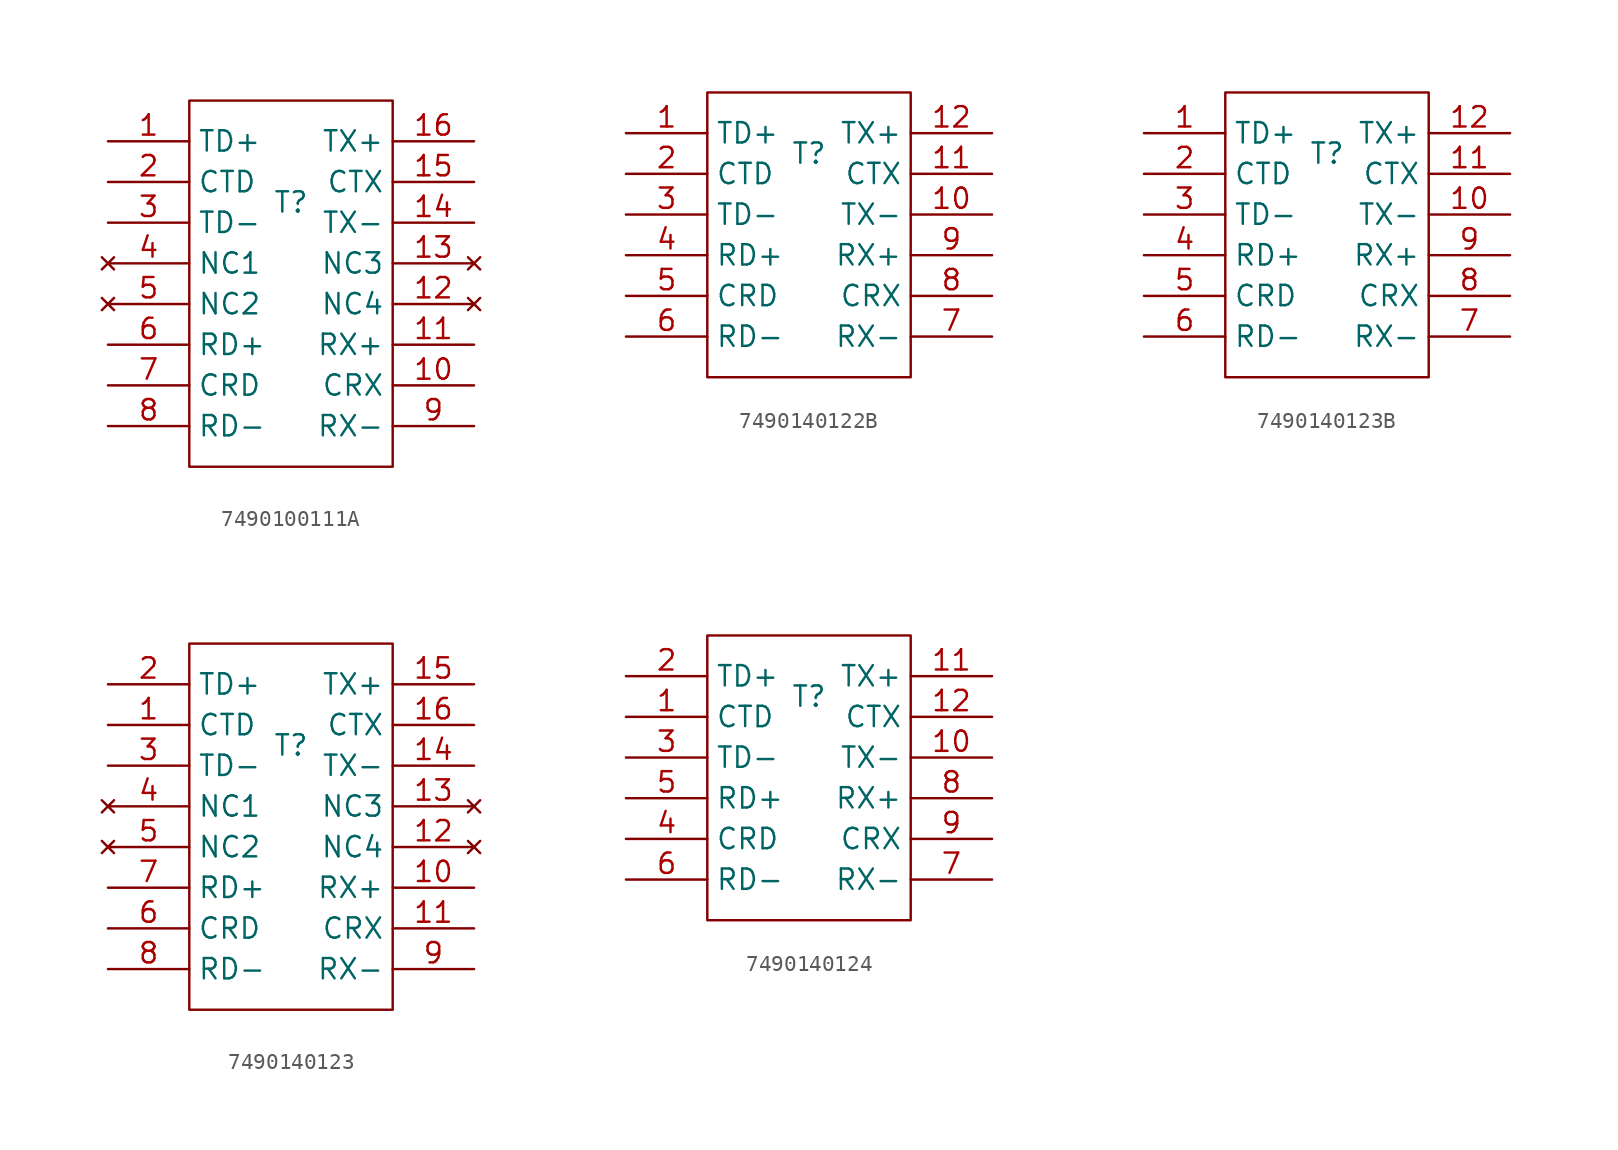
<source format=kicad_sym>
(kicad_symbol_lib
  (version 20220914)
  (generator kicad_symbol_editor)
  (symbol "7490100111A"
    (property "Reference" "T"
      (at 0 5.08 0)
      (effects (font (size 1.27 1.27))))
    (property "Critical Parameter" ""
      (at 0 -5.08 0)
      (effects (font (size 1.27 1.27)) (justify left)))
    (symbol "7490100111A_0_1"
      (rectangle (start -6.35 11.43) (end 6.35 -11.43) (stroke (width 0) (type default)) (fill (type none))))
    (symbol "7490100111A_1_1"
      (pin passive line (at -11.43 8.89 0) (length 5.08) (name "TD+" (effects (font (size 1.27 1.27)))) (number "1" (effects (font (size 1.27 1.27)))))
      (pin passive line (at 11.43 -6.35 180) (length 5.08) (name "CRX" (effects (font (size 1.27 1.27)))) (number "10" (effects (font (size 1.27 1.27)))))
      (pin passive line (at 11.43 -3.81 180) (length 5.08) (name "RX+" (effects (font (size 1.27 1.27)))) (number "11" (effects (font (size 1.27 1.27)))))
      (pin no_connect line (at 11.43 -1.27 180) (length 5.08) (name "NC4" (effects (font (size 1.27 1.27)))) (number "12" (effects (font (size 1.27 1.27)))))
      (pin no_connect line (at 11.43 1.27 180) (length 5.08) (name "NC3" (effects (font (size 1.27 1.27)))) (number "13" (effects (font (size 1.27 1.27)))))
      (pin passive line (at 11.43 3.81 180) (length 5.08) (name "TX-" (effects (font (size 1.27 1.27)))) (number "14" (effects (font (size 1.27 1.27)))))
      (pin passive line (at 11.43 6.35 180) (length 5.08) (name "CTX" (effects (font (size 1.27 1.27)))) (number "15" (effects (font (size 1.27 1.27)))))
      (pin passive line (at 11.43 8.89 180) (length 5.08) (name "TX+" (effects (font (size 1.27 1.27)))) (number "16" (effects (font (size 1.27 1.27)))))
      (pin passive line (at -11.43 6.35 0) (length 5.08) (name "CTD" (effects (font (size 1.27 1.27)))) (number "2" (effects (font (size 1.27 1.27)))))
      (pin passive line (at -11.43 3.81 0) (length 5.08) (name "TD-" (effects (font (size 1.27 1.27)))) (number "3" (effects (font (size 1.27 1.27)))))
      (pin no_connect line (at -11.43 1.27 0) (length 5.08) (name "NC1" (effects (font (size 1.27 1.27)))) (number "4" (effects (font (size 1.27 1.27)))))
      (pin no_connect line (at -11.43 -1.27 0) (length 5.08) (name "NC2" (effects (font (size 1.27 1.27)))) (number "5" (effects (font (size 1.27 1.27)))))
      (pin passive line (at -11.43 -3.81 0) (length 5.08) (name "RD+" (effects (font (size 1.27 1.27)))) (number "6" (effects (font (size 1.27 1.27)))))
      (pin passive line (at -11.43 -6.35 0) (length 5.08) (name "CRD" (effects (font (size 1.27 1.27)))) (number "7" (effects (font (size 1.27 1.27)))))
      (pin passive line (at -11.43 -8.89 0) (length 5.08) (name "RD-" (effects (font (size 1.27 1.27)))) (number "8" (effects (font (size 1.27 1.27)))))
      (pin passive line (at 11.43 -8.89 180) (length 5.08) (name "RX-" (effects (font (size 1.27 1.27)))) (number "9" (effects (font (size 1.27 1.27)))))))
  (symbol "7490140122B"
    (property "Reference" "T"
      (at 0 5.08 0)
      (effects (font (size 1.27 1.27))))
    (property "Critical Parameter" ""
      (at 0 -5.08 0)
      (effects (font (size 1.27 1.27)) (justify left)))
    (symbol "7490140122B_0_1"
      (rectangle (start -6.35 8.89) (end 6.35 -8.89) (stroke (width 0) (type default)) (fill (type none))))
    (symbol "7490140122B_1_1"
      (pin passive line (at -11.43 6.35 0) (length 5.08) (name "TD+" (effects (font (size 1.27 1.27)))) (number "1" (effects (font (size 1.27 1.27)))))
      (pin passive line (at 11.43 1.27 180) (length 5.08) (name "TX-" (effects (font (size 1.27 1.27)))) (number "10" (effects (font (size 1.27 1.27)))))
      (pin passive line (at 11.43 3.81 180) (length 5.08) (name "CTX" (effects (font (size 1.27 1.27)))) (number "11" (effects (font (size 1.27 1.27)))))
      (pin passive line (at 11.43 6.35 180) (length 5.08) (name "TX+" (effects (font (size 1.27 1.27)))) (number "12" (effects (font (size 1.27 1.27)))))
      (pin passive line (at -11.43 3.81 0) (length 5.08) (name "CTD" (effects (font (size 1.27 1.27)))) (number "2" (effects (font (size 1.27 1.27)))))
      (pin passive line (at -11.43 1.27 0) (length 5.08) (name "TD-" (effects (font (size 1.27 1.27)))) (number "3" (effects (font (size 1.27 1.27)))))
      (pin passive line (at -11.43 -1.27 0) (length 5.08) (name "RD+" (effects (font (size 1.27 1.27)))) (number "4" (effects (font (size 1.27 1.27)))))
      (pin passive line (at -11.43 -3.81 0) (length 5.08) (name "CRD" (effects (font (size 1.27 1.27)))) (number "5" (effects (font (size 1.27 1.27)))))
      (pin passive line (at -11.43 -6.35 0) (length 5.08) (name "RD-" (effects (font (size 1.27 1.27)))) (number "6" (effects (font (size 1.27 1.27)))))
      (pin passive line (at 11.43 -6.35 180) (length 5.08) (name "RX-" (effects (font (size 1.27 1.27)))) (number "7" (effects (font (size 1.27 1.27)))))
      (pin passive line (at 11.43 -3.81 180) (length 5.08) (name "CRX" (effects (font (size 1.27 1.27)))) (number "8" (effects (font (size 1.27 1.27)))))
      (pin passive line (at 11.43 -1.27 180) (length 5.08) (name "RX+" (effects (font (size 1.27 1.27)))) (number "9" (effects (font (size 1.27 1.27)))))))
  (symbol "7490140123B"
    (property "Reference" "T"
      (at 0 5.08 0)
      (effects (font (size 1.27 1.27))))
    (property "Critical Parameter" ""
      (at 0 -5.08 0)
      (effects (font (size 1.27 1.27)) (justify left)))
    (symbol "7490140123B_0_1"
      (rectangle (start -6.35 8.89) (end 6.35 -8.89) (stroke (width 0) (type default)) (fill (type none))))
    (symbol "7490140123B_1_1"
      (pin passive line (at -11.43 6.35 0) (length 5.08) (name "TD+" (effects (font (size 1.27 1.27)))) (number "1" (effects (font (size 1.27 1.27)))))
      (pin passive line (at 11.43 1.27 180) (length 5.08) (name "TX-" (effects (font (size 1.27 1.27)))) (number "10" (effects (font (size 1.27 1.27)))))
      (pin passive line (at 11.43 3.81 180) (length 5.08) (name "CTX" (effects (font (size 1.27 1.27)))) (number "11" (effects (font (size 1.27 1.27)))))
      (pin passive line (at 11.43 6.35 180) (length 5.08) (name "TX+" (effects (font (size 1.27 1.27)))) (number "12" (effects (font (size 1.27 1.27)))))
      (pin passive line (at -11.43 3.81 0) (length 5.08) (name "CTD" (effects (font (size 1.27 1.27)))) (number "2" (effects (font (size 1.27 1.27)))))
      (pin passive line (at -11.43 1.27 0) (length 5.08) (name "TD-" (effects (font (size 1.27 1.27)))) (number "3" (effects (font (size 1.27 1.27)))))
      (pin passive line (at -11.43 -1.27 0) (length 5.08) (name "RD+" (effects (font (size 1.27 1.27)))) (number "4" (effects (font (size 1.27 1.27)))))
      (pin passive line (at -11.43 -3.81 0) (length 5.08) (name "CRD" (effects (font (size 1.27 1.27)))) (number "5" (effects (font (size 1.27 1.27)))))
      (pin passive line (at -11.43 -6.35 0) (length 5.08) (name "RD-" (effects (font (size 1.27 1.27)))) (number "6" (effects (font (size 1.27 1.27)))))
      (pin passive line (at 11.43 -6.35 180) (length 5.08) (name "RX-" (effects (font (size 1.27 1.27)))) (number "7" (effects (font (size 1.27 1.27)))))
      (pin passive line (at 11.43 -3.81 180) (length 5.08) (name "CRX" (effects (font (size 1.27 1.27)))) (number "8" (effects (font (size 1.27 1.27)))))
      (pin passive line (at 11.43 -1.27 180) (length 5.08) (name "RX+" (effects (font (size 1.27 1.27)))) (number "9" (effects (font (size 1.27 1.27)))))))
  (symbol "7490140123"
    (property "Reference" "T"
      (at 0 5.08 0)
      (effects (font (size 1.27 1.27))))
    (property "Critical Parameter" ""
      (at 0 -5.08 0)
      (effects (font (size 1.27 1.27)) (justify left)))
    (symbol "7490140123_0_1"
      (rectangle (start -6.35 11.43) (end 6.35 -11.43) (stroke (width 0) (type default)) (fill (type none))))
    (symbol "7490140123_1_1"
      (pin passive line (at -11.43 6.35 0) (length 5.08) (name "CTD" (effects (font (size 1.27 1.27)))) (number "1" (effects (font (size 1.27 1.27)))))
      (pin passive line (at 11.43 -3.81 180) (length 5.08) (name "RX+" (effects (font (size 1.27 1.27)))) (number "10" (effects (font (size 1.27 1.27)))))
      (pin passive line (at 11.43 -6.35 180) (length 5.08) (name "CRX" (effects (font (size 1.27 1.27)))) (number "11" (effects (font (size 1.27 1.27)))))
      (pin no_connect line (at 11.43 -1.27 180) (length 5.08) (name "NC4" (effects (font (size 1.27 1.27)))) (number "12" (effects (font (size 1.27 1.27)))))
      (pin no_connect line (at 11.43 1.27 180) (length 5.08) (name "NC3" (effects (font (size 1.27 1.27)))) (number "13" (effects (font (size 1.27 1.27)))))
      (pin passive line (at 11.43 3.81 180) (length 5.08) (name "TX-" (effects (font (size 1.27 1.27)))) (number "14" (effects (font (size 1.27 1.27)))))
      (pin passive line (at 11.43 8.89 180) (length 5.08) (name "TX+" (effects (font (size 1.27 1.27)))) (number "15" (effects (font (size 1.27 1.27)))))
      (pin passive line (at 11.43 6.35 180) (length 5.08) (name "CTX" (effects (font (size 1.27 1.27)))) (number "16" (effects (font (size 1.27 1.27)))))
      (pin passive line (at -11.43 8.89 0) (length 5.08) (name "TD+" (effects (font (size 1.27 1.27)))) (number "2" (effects (font (size 1.27 1.27)))))
      (pin passive line (at -11.43 3.81 0) (length 5.08) (name "TD-" (effects (font (size 1.27 1.27)))) (number "3" (effects (font (size 1.27 1.27)))))
      (pin no_connect line (at -11.43 1.27 0) (length 5.08) (name "NC1" (effects (font (size 1.27 1.27)))) (number "4" (effects (font (size 1.27 1.27)))))
      (pin no_connect line (at -11.43 -1.27 0) (length 5.08) (name "NC2" (effects (font (size 1.27 1.27)))) (number "5" (effects (font (size 1.27 1.27)))))
      (pin passive line (at -11.43 -6.35 0) (length 5.08) (name "CRD" (effects (font (size 1.27 1.27)))) (number "6" (effects (font (size 1.27 1.27)))))
      (pin passive line (at -11.43 -3.81 0) (length 5.08) (name "RD+" (effects (font (size 1.27 1.27)))) (number "7" (effects (font (size 1.27 1.27)))))
      (pin passive line (at -11.43 -8.89 0) (length 5.08) (name "RD-" (effects (font (size 1.27 1.27)))) (number "8" (effects (font (size 1.27 1.27)))))
      (pin passive line (at 11.43 -8.89 180) (length 5.08) (name "RX-" (effects (font (size 1.27 1.27)))) (number "9" (effects (font (size 1.27 1.27)))))))
  (symbol "7490140124"
    (property "Reference" "T"
      (at 0 5.08 0)
      (effects (font (size 1.27 1.27))))
    (property "Critical Parameter" ""
      (at 0 -5.08 0)
      (effects (font (size 1.27 1.27)) (justify left)))
    (symbol "7490140124_0_1"
      (rectangle (start -6.35 8.89) (end 6.35 -8.89) (stroke (width 0) (type default)) (fill (type none))))
    (symbol "7490140124_1_1"
      (pin passive line (at -11.43 3.81 0) (length 5.08) (name "CTD" (effects (font (size 1.27 1.27)))) (number "1" (effects (font (size 1.27 1.27)))))
      (pin passive line (at 11.43 1.27 180) (length 5.08) (name "TX-" (effects (font (size 1.27 1.27)))) (number "10" (effects (font (size 1.27 1.27)))))
      (pin passive line (at 11.43 6.35 180) (length 5.08) (name "TX+" (effects (font (size 1.27 1.27)))) (number "11" (effects (font (size 1.27 1.27)))))
      (pin passive line (at 11.43 3.81 180) (length 5.08) (name "CTX" (effects (font (size 1.27 1.27)))) (number "12" (effects (font (size 1.27 1.27)))))
      (pin passive line (at -11.43 6.35 0) (length 5.08) (name "TD+" (effects (font (size 1.27 1.27)))) (number "2" (effects (font (size 1.27 1.27)))))
      (pin passive line (at -11.43 1.27 0) (length 5.08) (name "TD-" (effects (font (size 1.27 1.27)))) (number "3" (effects (font (size 1.27 1.27)))))
      (pin passive line (at -11.43 -3.81 0) (length 5.08) (name "CRD" (effects (font (size 1.27 1.27)))) (number "4" (effects (font (size 1.27 1.27)))))
      (pin passive line (at -11.43 -1.27 0) (length 5.08) (name "RD+" (effects (font (size 1.27 1.27)))) (number "5" (effects (font (size 1.27 1.27)))))
      (pin passive line (at -11.43 -6.35 0) (length 5.08) (name "RD-" (effects (font (size 1.27 1.27)))) (number "6" (effects (font (size 1.27 1.27)))))
      (pin passive line (at 11.43 -6.35 180) (length 5.08) (name "RX-" (effects (font (size 1.27 1.27)))) (number "7" (effects (font (size 1.27 1.27)))))
      (pin passive line (at 11.43 -1.27 180) (length 5.08) (name "RX+" (effects (font (size 1.27 1.27)))) (number "8" (effects (font (size 1.27 1.27)))))
      (pin passive line (at 11.43 -3.81 180) (length 5.08) (name "CRX" (effects (font (size 1.27 1.27)))) (number "9" (effects (font (size 1.27 1.27))))))))
</source>
